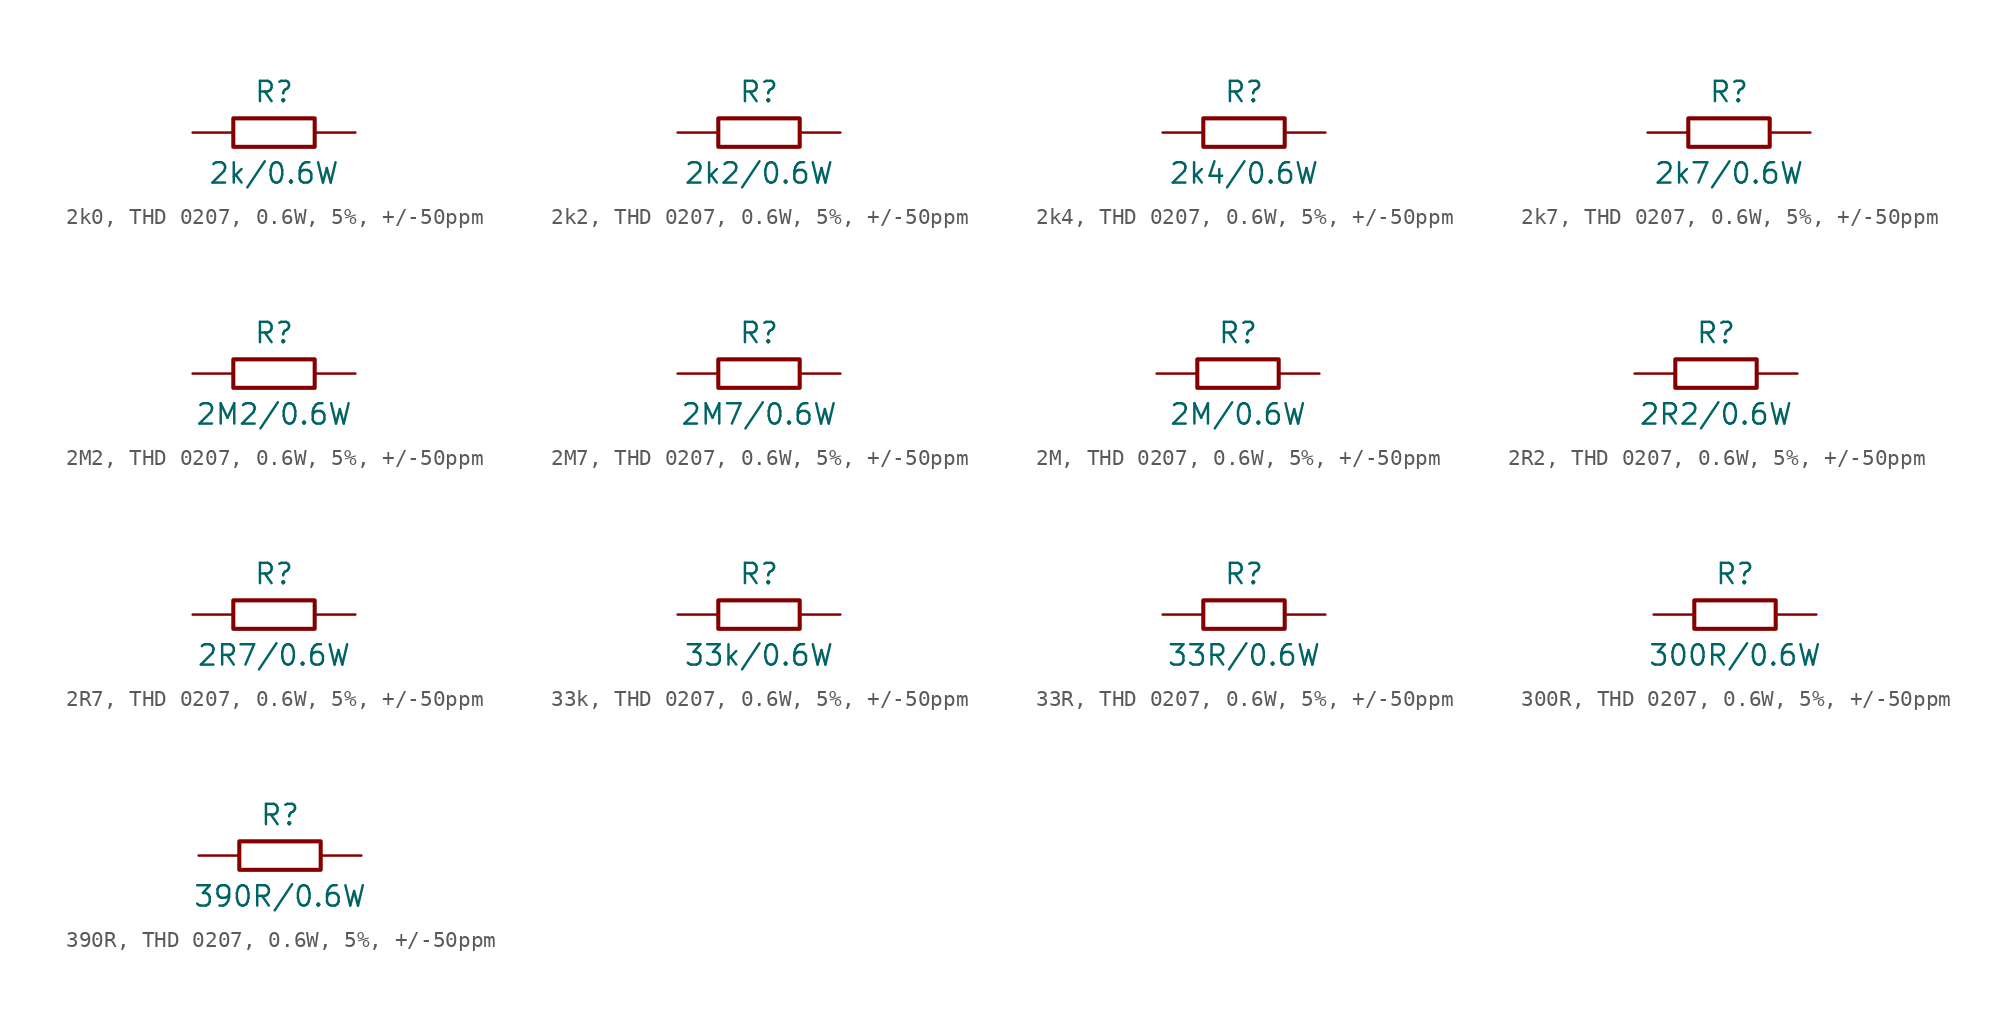
<source format=kicad_sym>
(kicad_symbol_lib
  (version 20220914)
  (generator kicad_symbol_editor)
  (symbol "2k0, THD 0207, 0.6W, 5%, +/-50ppm"
    (pin_numbers hide)
    (pin_names
      (offset 0) hide)
    (property "Reference" "R"
      (at 0 2.54 0)
      (effects (font (size 1.27 1.27))))
    (property "Value" "2k/0.6W"
      (at 0 -2.54 0)
      (effects (font (size 1.27 1.27))))
    (symbol "2k0, THD 0207, 0.6W, 5%, +/-50ppm_0_1"
      (rectangle (start -2.54 0.889) (end 2.54 -0.889) (stroke (width 0.254) (type default)) (fill (type none))))
    (symbol "2k0, THD 0207, 0.6W, 5%, +/-50ppm_1_1"
      (pin passive line (at -5.08 0 0) (length 2.54) (name "1" (effects (font (size 1.27 1.27)))) (number "1" (effects (font (size 1.27 1.27)))))
      (pin passive line (at 5.08 0 180) (length 2.54) (name "2" (effects (font (size 1.27 1.27)))) (number "2" (effects (font (size 1.27 1.27)))))))
  (symbol "2k2, THD 0207, 0.6W, 5%, +/-50ppm"
    (pin_numbers hide)
    (pin_names
      (offset 0) hide)
    (property "Reference" "R"
      (at 0 2.54 0)
      (effects (font (size 1.27 1.27))))
    (property "Value" "2k2/0.6W"
      (at 0 -2.54 0)
      (effects (font (size 1.27 1.27))))
    (symbol "2k2, THD 0207, 0.6W, 5%, +/-50ppm_0_1"
      (rectangle (start -2.54 0.889) (end 2.54 -0.889) (stroke (width 0.254) (type default)) (fill (type none))))
    (symbol "2k2, THD 0207, 0.6W, 5%, +/-50ppm_1_1"
      (pin passive line (at -5.08 0 0) (length 2.54) (name "1" (effects (font (size 1.27 1.27)))) (number "1" (effects (font (size 1.27 1.27)))))
      (pin passive line (at 5.08 0 180) (length 2.54) (name "2" (effects (font (size 1.27 1.27)))) (number "2" (effects (font (size 1.27 1.27)))))))
  (symbol "2k4, THD 0207, 0.6W, 5%, +/-50ppm"
    (pin_numbers hide)
    (pin_names
      (offset 0) hide)
    (property "Reference" "R"
      (at 0 2.54 0)
      (effects (font (size 1.27 1.27))))
    (property "Value" "2k4/0.6W"
      (at 0 -2.54 0)
      (effects (font (size 1.27 1.27))))
    (symbol "2k4, THD 0207, 0.6W, 5%, +/-50ppm_0_1"
      (rectangle (start -2.54 0.889) (end 2.54 -0.889) (stroke (width 0.254) (type default)) (fill (type none))))
    (symbol "2k4, THD 0207, 0.6W, 5%, +/-50ppm_1_1"
      (pin passive line (at -5.08 0 0) (length 2.54) (name "1" (effects (font (size 1.27 1.27)))) (number "1" (effects (font (size 1.27 1.27)))))
      (pin passive line (at 5.08 0 180) (length 2.54) (name "2" (effects (font (size 1.27 1.27)))) (number "2" (effects (font (size 1.27 1.27)))))))
  (symbol "2k7, THD 0207, 0.6W, 5%, +/-50ppm"
    (pin_numbers hide)
    (pin_names
      (offset 0) hide)
    (property "Reference" "R"
      (at 0 2.54 0)
      (effects (font (size 1.27 1.27))))
    (property "Value" "2k7/0.6W"
      (at 0 -2.54 0)
      (effects (font (size 1.27 1.27))))
    (symbol "2k7, THD 0207, 0.6W, 5%, +/-50ppm_0_1"
      (rectangle (start -2.54 0.889) (end 2.54 -0.889) (stroke (width 0.254) (type default)) (fill (type none))))
    (symbol "2k7, THD 0207, 0.6W, 5%, +/-50ppm_1_1"
      (pin passive line (at -5.08 0 0) (length 2.54) (name "1" (effects (font (size 1.27 1.27)))) (number "1" (effects (font (size 1.27 1.27)))))
      (pin passive line (at 5.08 0 180) (length 2.54) (name "2" (effects (font (size 1.27 1.27)))) (number "2" (effects (font (size 1.27 1.27)))))))
  (symbol "2M2, THD 0207, 0.6W, 5%, +/-50ppm"
    (pin_numbers hide)
    (pin_names
      (offset 0) hide)
    (property "Reference" "R"
      (at 0 2.54 0)
      (effects (font (size 1.27 1.27))))
    (property "Value" "2M2/0.6W"
      (at 0 -2.54 0)
      (effects (font (size 1.27 1.27))))
    (symbol "2M2, THD 0207, 0.6W, 5%, +/-50ppm_0_1"
      (rectangle (start -2.54 0.889) (end 2.54 -0.889) (stroke (width 0.254) (type default)) (fill (type none))))
    (symbol "2M2, THD 0207, 0.6W, 5%, +/-50ppm_1_1"
      (pin passive line (at -5.08 0 0) (length 2.54) (name "1" (effects (font (size 1.27 1.27)))) (number "1" (effects (font (size 1.27 1.27)))))
      (pin passive line (at 5.08 0 180) (length 2.54) (name "2" (effects (font (size 1.27 1.27)))) (number "2" (effects (font (size 1.27 1.27)))))))
  (symbol "2M7, THD 0207, 0.6W, 5%, +/-50ppm"
    (pin_numbers hide)
    (pin_names
      (offset 0) hide)
    (property "Reference" "R"
      (at 0 2.54 0)
      (effects (font (size 1.27 1.27))))
    (property "Value" "2M7/0.6W"
      (at 0 -2.54 0)
      (effects (font (size 1.27 1.27))))
    (symbol "2M7, THD 0207, 0.6W, 5%, +/-50ppm_0_1"
      (rectangle (start -2.54 0.889) (end 2.54 -0.889) (stroke (width 0.254) (type default)) (fill (type none))))
    (symbol "2M7, THD 0207, 0.6W, 5%, +/-50ppm_1_1"
      (pin passive line (at -5.08 0 0) (length 2.54) (name "1" (effects (font (size 1.27 1.27)))) (number "1" (effects (font (size 1.27 1.27)))))
      (pin passive line (at 5.08 0 180) (length 2.54) (name "2" (effects (font (size 1.27 1.27)))) (number "2" (effects (font (size 1.27 1.27)))))))
  (symbol "2M, THD 0207, 0.6W, 5%, +/-50ppm"
    (pin_numbers hide)
    (pin_names
      (offset 0) hide)
    (property "Reference" "R"
      (at 0 2.54 0)
      (effects (font (size 1.27 1.27))))
    (property "Value" "2M/0.6W"
      (at 0 -2.54 0)
      (effects (font (size 1.27 1.27))))
    (symbol "2M, THD 0207, 0.6W, 5%, +/-50ppm_0_1"
      (rectangle (start -2.54 0.889) (end 2.54 -0.889) (stroke (width 0.254) (type default)) (fill (type none))))
    (symbol "2M, THD 0207, 0.6W, 5%, +/-50ppm_1_1"
      (pin passive line (at -5.08 0 0) (length 2.54) (name "1" (effects (font (size 1.27 1.27)))) (number "1" (effects (font (size 1.27 1.27)))))
      (pin passive line (at 5.08 0 180) (length 2.54) (name "2" (effects (font (size 1.27 1.27)))) (number "2" (effects (font (size 1.27 1.27)))))))
  (symbol "2R2, THD 0207, 0.6W, 5%, +/-50ppm"
    (pin_numbers hide)
    (pin_names
      (offset 0) hide)
    (property "Reference" "R"
      (at 0 2.54 0)
      (effects (font (size 1.27 1.27))))
    (property "Value" "2R2/0.6W"
      (at 0 -2.54 0)
      (effects (font (size 1.27 1.27))))
    (symbol "2R2, THD 0207, 0.6W, 5%, +/-50ppm_0_1"
      (rectangle (start -2.54 0.889) (end 2.54 -0.889) (stroke (width 0.254) (type default)) (fill (type none))))
    (symbol "2R2, THD 0207, 0.6W, 5%, +/-50ppm_1_1"
      (pin passive line (at -5.08 0 0) (length 2.54) (name "1" (effects (font (size 1.27 1.27)))) (number "1" (effects (font (size 1.27 1.27)))))
      (pin passive line (at 5.08 0 180) (length 2.54) (name "2" (effects (font (size 1.27 1.27)))) (number "2" (effects (font (size 1.27 1.27)))))))
  (symbol "2R7, THD 0207, 0.6W, 5%, +/-50ppm"
    (pin_numbers hide)
    (pin_names
      (offset 0) hide)
    (property "Reference" "R"
      (at 0 2.54 0)
      (effects (font (size 1.27 1.27))))
    (property "Value" "2R7/0.6W"
      (at 0 -2.54 0)
      (effects (font (size 1.27 1.27))))
    (symbol "2R7, THD 0207, 0.6W, 5%, +/-50ppm_0_1"
      (rectangle (start -2.54 0.889) (end 2.54 -0.889) (stroke (width 0.254) (type default)) (fill (type none))))
    (symbol "2R7, THD 0207, 0.6W, 5%, +/-50ppm_1_1"
      (pin passive line (at -5.08 0 0) (length 2.54) (name "1" (effects (font (size 1.27 1.27)))) (number "1" (effects (font (size 1.27 1.27)))))
      (pin passive line (at 5.08 0 180) (length 2.54) (name "2" (effects (font (size 1.27 1.27)))) (number "2" (effects (font (size 1.27 1.27)))))))
  (symbol "33k, THD 0207, 0.6W, 5%, +/-50ppm"
    (pin_numbers hide)
    (pin_names
      (offset 0) hide)
    (property "Reference" "R"
      (at 0 2.54 0)
      (effects (font (size 1.27 1.27))))
    (property "Value" "33k/0.6W"
      (at 0 -2.54 0)
      (effects (font (size 1.27 1.27))))
    (symbol "33k, THD 0207, 0.6W, 5%, +/-50ppm_0_1"
      (rectangle (start -2.54 0.889) (end 2.54 -0.889) (stroke (width 0.254) (type default)) (fill (type none))))
    (symbol "33k, THD 0207, 0.6W, 5%, +/-50ppm_1_1"
      (pin passive line (at -5.08 0 0) (length 2.54) (name "1" (effects (font (size 1.27 1.27)))) (number "1" (effects (font (size 1.27 1.27)))))
      (pin passive line (at 5.08 0 180) (length 2.54) (name "2" (effects (font (size 1.27 1.27)))) (number "2" (effects (font (size 1.27 1.27)))))))
  (symbol "33R, THD 0207, 0.6W, 5%, +/-50ppm"
    (pin_numbers hide)
    (pin_names
      (offset 0) hide)
    (property "Reference" "R"
      (at 0 2.54 0)
      (effects (font (size 1.27 1.27))))
    (property "Value" "33R/0.6W"
      (at 0 -2.54 0)
      (effects (font (size 1.27 1.27))))
    (symbol "33R, THD 0207, 0.6W, 5%, +/-50ppm_0_1"
      (rectangle (start -2.54 0.889) (end 2.54 -0.889) (stroke (width 0.254) (type default)) (fill (type none))))
    (symbol "33R, THD 0207, 0.6W, 5%, +/-50ppm_1_1"
      (pin passive line (at -5.08 0 0) (length 2.54) (name "1" (effects (font (size 1.27 1.27)))) (number "1" (effects (font (size 1.27 1.27)))))
      (pin passive line (at 5.08 0 180) (length 2.54) (name "2" (effects (font (size 1.27 1.27)))) (number "2" (effects (font (size 1.27 1.27)))))))
  (symbol "300R, THD 0207, 0.6W, 5%, +/-50ppm"
    (pin_numbers hide)
    (pin_names
      (offset 0) hide)
    (property "Reference" "R"
      (at 0 2.54 0)
      (effects (font (size 1.27 1.27))))
    (property "Value" "300R/0.6W"
      (at 0 -2.54 0)
      (effects (font (size 1.27 1.27))))
    (symbol "300R, THD 0207, 0.6W, 5%, +/-50ppm_0_1"
      (rectangle (start -2.54 0.889) (end 2.54 -0.889) (stroke (width 0.254) (type default)) (fill (type none))))
    (symbol "300R, THD 0207, 0.6W, 5%, +/-50ppm_1_1"
      (pin passive line (at -5.08 0 0) (length 2.54) (name "1" (effects (font (size 1.27 1.27)))) (number "1" (effects (font (size 1.27 1.27)))))
      (pin passive line (at 5.08 0 180) (length 2.54) (name "2" (effects (font (size 1.27 1.27)))) (number "2" (effects (font (size 1.27 1.27)))))))
  (symbol "390R, THD 0207, 0.6W, 5%, +/-50ppm"
    (pin_numbers hide)
    (pin_names
      (offset 0) hide)
    (property "Reference" "R"
      (at 0 2.54 0)
      (effects (font (size 1.27 1.27))))
    (property "Value" "390R/0.6W"
      (at 0 -2.54 0)
      (effects (font (size 1.27 1.27))))
    (symbol "390R, THD 0207, 0.6W, 5%, +/-50ppm_0_1"
      (rectangle (start -2.54 0.889) (end 2.54 -0.889) (stroke (width 0.254) (type default)) (fill (type none))))
    (symbol "390R, THD 0207, 0.6W, 5%, +/-50ppm_1_1"
      (pin passive line (at -5.08 0 0) (length 2.54) (name "1" (effects (font (size 1.27 1.27)))) (number "1" (effects (font (size 1.27 1.27)))))
      (pin passive line (at 5.08 0 180) (length 2.54) (name "2" (effects (font (size 1.27 1.27)))) (number "2" (effects (font (size 1.27 1.27))))))))
</source>
